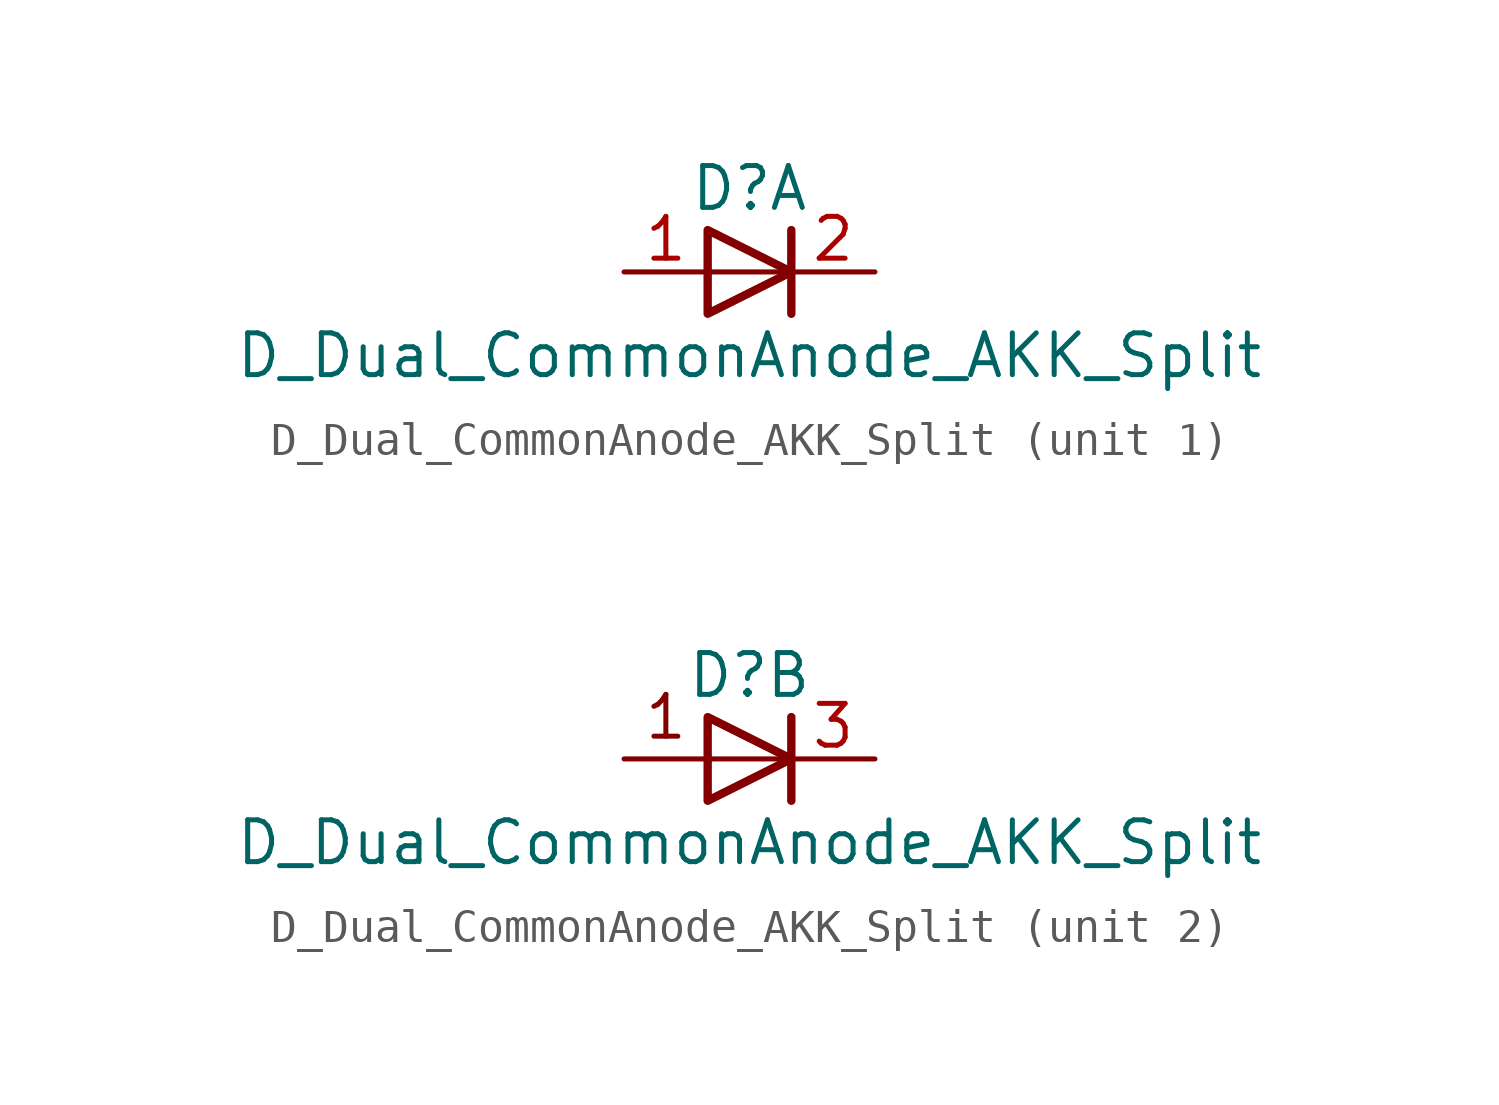
<source format=kicad_sym>
(kicad_symbol_lib
  (version 20201005)
  (generator kicad_symbol_editor)
  (symbol "D_Dual_CommonAnode_AKK_Split"
    (pin_names
      (offset 0.762) hide)
    (property "Reference" "D"
      (at 0 2.54 0)
      (effects (font (size 1.27 1.27))))
    (property "Value" "D_Dual_CommonAnode_AKK_Split"
      (at 0 -2.54 0)
      (effects (font (size 1.27 1.27))))
    (property "ki_locked" ""
      (at 0 0 0)
      (effects (font (size 1.27 1.27))))
    (symbol "D_Dual_CommonAnode_AKK_Split_0_0"
      (polyline (pts (xy 1.27 1.27) (xy 1.27 -1.27)) (stroke (width 0.254)) (fill (type none))))
    (symbol "D_Dual_CommonAnode_AKK_Split_0_1"
      (polyline (pts (xy -1.27 1.27) (xy 1.27 0) (xy -1.27 -1.27) (xy -1.27 1.27) (xy -1.27 1.27) (xy -1.27 1.27)) (stroke (width 0.254)) (fill (type none))))
    (symbol "D_Dual_CommonAnode_AKK_Split_1_1"
      (polyline (pts (xy 1.27 0) (xy -1.27 0)) (stroke (width 0)) (fill (type none)))
      (pin passive line (at -3.81 0 0) (length 2.54) (name "A" (effects (font (size 1.27 1.27)))) (number "1" (effects (font (size 1.27 1.27)))))
      (pin passive line (at 3.81 0 180) (length 2.54) (name "K" (effects (font (size 1.27 1.27)))) (number "2" (effects (font (size 1.27 1.27))))))
    (symbol "D_Dual_CommonAnode_AKK_Split_2_0"
      (text "1" (at -2.54 1.27 0) (effects (font (size 1.27 1.27))))
      (polyline (pts (xy 1.27 0) (xy -3.81 0)) (stroke (width 0)) (fill (type none))))
    (symbol "D_Dual_CommonAnode_AKK_Split_2_1"
      (pin passive line (at 3.81 0 180) (length 2.54) (name "K" (effects (font (size 1.27 1.27)))) (number "3" (effects (font (size 1.27 1.27))))))))
</source>
